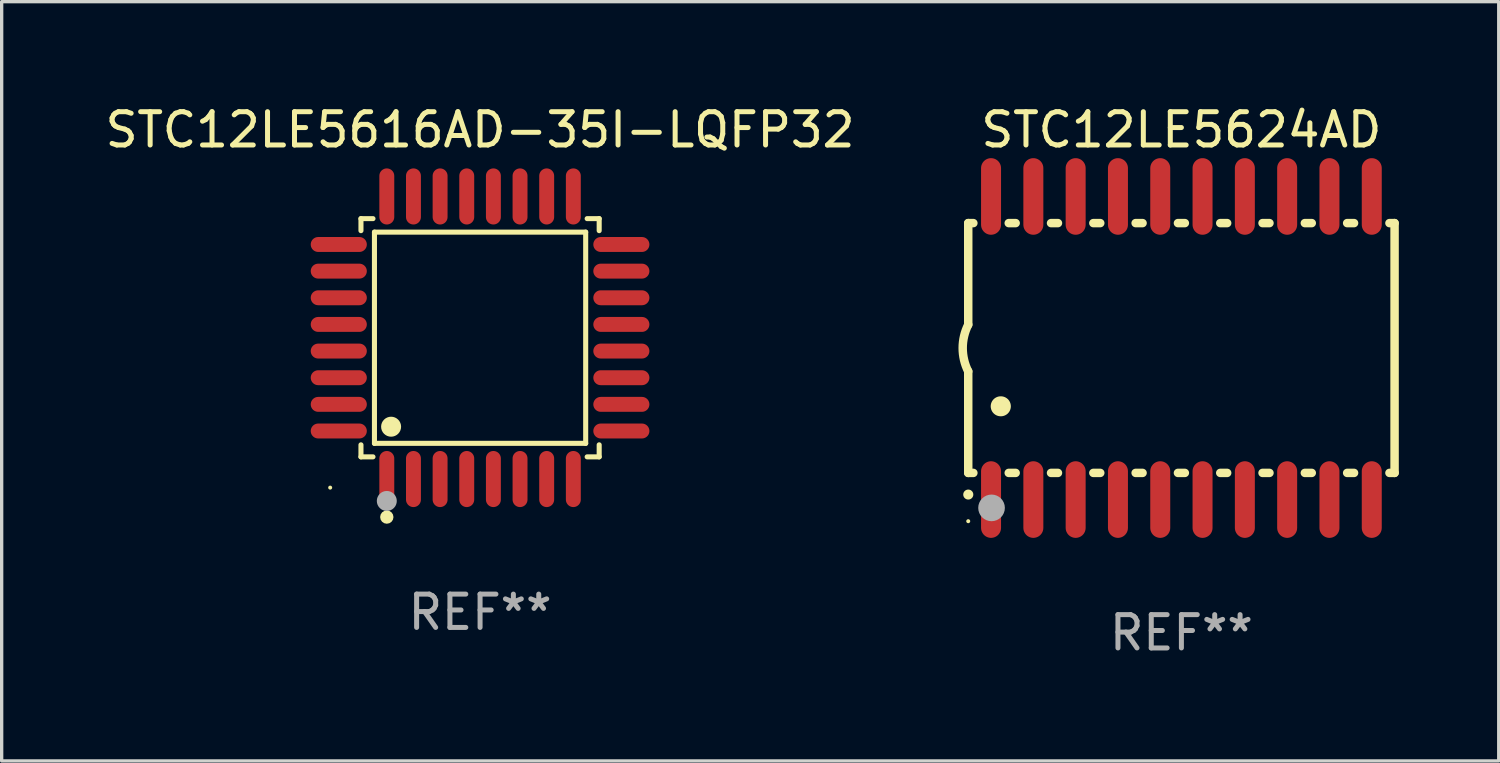
<source format=kicad_pcb>
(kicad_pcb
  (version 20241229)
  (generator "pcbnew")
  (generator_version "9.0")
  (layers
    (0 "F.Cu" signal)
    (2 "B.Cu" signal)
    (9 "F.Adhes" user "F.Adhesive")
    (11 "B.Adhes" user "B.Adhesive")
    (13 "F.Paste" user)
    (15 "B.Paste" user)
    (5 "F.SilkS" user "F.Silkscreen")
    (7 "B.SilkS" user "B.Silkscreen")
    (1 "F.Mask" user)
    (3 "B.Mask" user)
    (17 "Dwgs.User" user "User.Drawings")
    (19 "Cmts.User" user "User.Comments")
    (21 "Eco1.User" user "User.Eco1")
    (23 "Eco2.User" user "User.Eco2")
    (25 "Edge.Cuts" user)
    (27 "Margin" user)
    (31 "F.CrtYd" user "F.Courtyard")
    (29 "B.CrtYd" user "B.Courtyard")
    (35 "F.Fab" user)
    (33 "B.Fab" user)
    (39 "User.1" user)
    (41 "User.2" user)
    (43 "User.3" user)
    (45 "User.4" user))
  (footprint "STC12LE5616AD-35I-LQFP32"
    (layer "F.Cu")
    (at 11.363 7.09)
    (property "Reference" "STC12LE5616AD-35I-LQFP32" (at 0 -6.242 0) (layer "F.SilkS") (effects (font (size 1 1) (thickness 0.15))))
    (attr through_hole)
    (fp_line (start -3.576 -3.576) (end -3.215 -3.576) (stroke (width 0.152) (type solid)) (layer "F.SilkS"))
    (fp_line (start -3.576 -3.215) (end -3.576 -3.576) (stroke (width 0.152) (type solid)) (layer "F.SilkS"))
    (fp_line (start -3.576 3.215) (end -3.576 3.576) (stroke (width 0.152) (type solid)) (layer "F.SilkS"))
    (fp_line (start -3.576 3.576) (end -3.215 3.576) (stroke (width 0.152) (type solid)) (layer "F.SilkS"))
    (fp_line (start -3.171 -3.171) (end 3.171 -3.171) (stroke (width 0.152) (type solid)) (layer "F.SilkS"))
    (fp_line (start -3.171 3.171) (end -3.171 -3.171) (stroke (width 0.152) (type solid)) (layer "F.SilkS"))
    (fp_line (start 3.171 -3.171) (end 3.171 3.171) (stroke (width 0.152) (type solid)) (layer "F.SilkS"))
    (fp_line (start 3.171 3.171) (end -3.171 3.171) (stroke (width 0.152) (type solid)) (layer "F.SilkS"))
    (fp_line (start 3.576 -3.576) (end 3.215 -3.576) (stroke (width 0.152) (type solid)) (layer "F.SilkS"))
    (fp_line (start 3.576 -3.215) (end 3.576 -3.576) (stroke (width 0.152) (type solid)) (layer "F.SilkS"))
    (fp_line (start 3.576 3.215) (end 3.576 3.576) (stroke (width 0.152) (type solid)) (layer "F.SilkS"))
    (fp_line (start 3.576 3.576) (end 3.215 3.576) (stroke (width 0.152) (type solid)) (layer "F.SilkS"))
    (fp_circle (center -4.5 4.5) (end -4.47 4.5) (stroke (width 0.06) (type solid)) (fill no) (layer "F.SilkS"))
    (fp_circle (center -2.8 5.384) (end -2.7 5.384) (stroke (width 0.2) (type solid)) (fill no) (layer "F.SilkS"))
    (fp_circle (center -2.671 2.671) (end -2.521 2.671) (stroke (width 0.3) (type solid)) (fill no) (layer "F.SilkS"))
    (fp_circle (center -2.8 4.9) (end -2.65 4.9) (stroke (width 0.3) (type solid)) (fill no) (layer "F.Fab"))
    (fp_text user "REF**" (at 0 8.242 0) (layer "F.Fab") (effects (font (size 1 1) (thickness 0.15))))
    (pad "1" smd oval (at -2.8 4.242) (size 0.448 1.684) (layers "F.Cu" "F.Mask" "F.Paste"))
    (pad "2" smd oval (at -2 4.242) (size 0.448 1.684) (layers "F.Cu" "F.Mask" "F.Paste"))
    (pad "3" smd oval (at -1.2 4.242) (size 0.448 1.684) (layers "F.Cu" "F.Mask" "F.Paste"))
    (pad "4" smd oval (at -0.4 4.242) (size 0.448 1.684) (layers "F.Cu" "F.Mask" "F.Paste"))
    (pad "5" smd oval (at 0.4 4.242) (size 0.448 1.684) (layers "F.Cu" "F.Mask" "F.Paste"))
    (pad "6" smd oval (at 1.2 4.242) (size 0.448 1.684) (layers "F.Cu" "F.Mask" "F.Paste"))
    (pad "7" smd oval (at 2 4.242) (size 0.448 1.684) (layers "F.Cu" "F.Mask" "F.Paste"))
    (pad "8" smd oval (at 2.8 4.242) (size 0.448 1.684) (layers "F.Cu" "F.Mask" "F.Paste"))
    (pad "9" smd oval (at 4.242 2.8) (size 1.684 0.448) (layers "F.Cu" "F.Mask" "F.Paste"))
    (pad "10" smd oval (at 4.242 2) (size 1.684 0.448) (layers "F.Cu" "F.Mask" "F.Paste"))
    (pad "11" smd oval (at 4.242 1.2) (size 1.684 0.448) (layers "F.Cu" "F.Mask" "F.Paste"))
    (pad "12" smd oval (at 4.242 0.4) (size 1.684 0.448) (layers "F.Cu" "F.Mask" "F.Paste"))
    (pad "13" smd oval (at 4.242 -0.4) (size 1.684 0.448) (layers "F.Cu" "F.Mask" "F.Paste"))
    (pad "14" smd oval (at 4.242 -1.2) (size 1.684 0.448) (layers "F.Cu" "F.Mask" "F.Paste"))
    (pad "15" smd oval (at 4.242 -2) (size 1.684 0.448) (layers "F.Cu" "F.Mask" "F.Paste"))
    (pad "16" smd oval (at 4.242 -2.8) (size 1.684 0.448) (layers "F.Cu" "F.Mask" "F.Paste"))
    (pad "17" smd oval (at 2.8 -4.242) (size 0.448 1.684) (layers "F.Cu" "F.Mask" "F.Paste"))
    (pad "18" smd oval (at 2 -4.242) (size 0.448 1.684) (layers "F.Cu" "F.Mask" "F.Paste"))
    (pad "19" smd oval (at 1.2 -4.242) (size 0.448 1.684) (layers "F.Cu" "F.Mask" "F.Paste"))
    (pad "20" smd oval (at 0.4 -4.242) (size 0.448 1.684) (layers "F.Cu" "F.Mask" "F.Paste"))
    (pad "21" smd oval (at -0.4 -4.242) (size 0.448 1.684) (layers "F.Cu" "F.Mask" "F.Paste"))
    (pad "22" smd oval (at -1.2 -4.242) (size 0.448 1.684) (layers "F.Cu" "F.Mask" "F.Paste"))
    (pad "23" smd oval (at -2 -4.242) (size 0.448 1.684) (layers "F.Cu" "F.Mask" "F.Paste"))
    (pad "24" smd oval (at -2.8 -4.242) (size 0.448 1.684) (layers "F.Cu" "F.Mask" "F.Paste"))
    (pad "25" smd oval (at -4.242 -2.8) (size 1.684 0.448) (layers "F.Cu" "F.Mask" "F.Paste"))
    (pad "26" smd oval (at -4.242 -2) (size 1.684 0.448) (layers "F.Cu" "F.Mask" "F.Paste"))
    (pad "27" smd oval (at -4.242 -1.2) (size 1.684 0.448) (layers "F.Cu" "F.Mask" "F.Paste"))
    (pad "28" smd oval (at -4.242 -0.4) (size 1.684 0.448) (layers "F.Cu" "F.Mask" "F.Paste"))
    (pad "29" smd oval (at -4.242 0.4) (size 1.684 0.448) (layers "F.Cu" "F.Mask" "F.Paste"))
    (pad "30" smd oval (at -4.242 1.2) (size 1.684 0.448) (layers "F.Cu" "F.Mask" "F.Paste"))
    (pad "31" smd oval (at -4.242 2) (size 1.684 0.448) (layers "F.Cu" "F.Mask" "F.Paste"))
    (pad "32" smd oval (at -4.242 2.8) (size 1.684 0.448) (layers "F.Cu" "F.Mask" "F.Paste")))
  (footprint "STC12LE5624AD"
    (layer "F.Cu")
    (at 32.419 7.398)
    (property "Reference" "STC12LE5624AD" (at 0 -6.55 0) (layer "F.SilkS") (effects (font (size 1 1) (thickness 0.15))))
    (attr through_hole)
    (fp_line (start -6.4 -3.75) (end -6.4 -0.7) (stroke (width 0.254) (type solid)) (layer "F.SilkS"))
    (fp_line (start -6.4 -3.75) (end -6.246 -3.75) (stroke (width 0.254) (type solid)) (layer "F.SilkS"))
    (fp_line (start -6.4 3.75) (end -6.4 0.7) (stroke (width 0.254) (type solid)) (layer "F.SilkS"))
    (fp_line (start -6.246 3.75) (end -6.4 3.75) (stroke (width 0.254) (type solid)) (layer "F.SilkS"))
    (fp_line (start -5.184 -3.75) (end -4.976 -3.75) (stroke (width 0.254) (type solid)) (layer "F.SilkS"))
    (fp_line (start -4.976 3.75) (end -5.184 3.75) (stroke (width 0.254) (type solid)) (layer "F.SilkS"))
    (fp_line (start -3.914 -3.75) (end -3.706 -3.75) (stroke (width 0.254) (type solid)) (layer "F.SilkS"))
    (fp_line (start -3.706 3.75) (end -3.914 3.75) (stroke (width 0.254) (type solid)) (layer "F.SilkS"))
    (fp_line (start -2.644 -3.75) (end -2.436 -3.75) (stroke (width 0.254) (type solid)) (layer "F.SilkS"))
    (fp_line (start -2.436 3.75) (end -2.644 3.75) (stroke (width 0.254) (type solid)) (layer "F.SilkS"))
    (fp_line (start -1.374 -3.75) (end -1.166 -3.75) (stroke (width 0.254) (type solid)) (layer "F.SilkS"))
    (fp_line (start -1.166 3.75) (end -1.374 3.75) (stroke (width 0.254) (type solid)) (layer "F.SilkS"))
    (fp_line (start -0.104 -3.75) (end 0.104 -3.75) (stroke (width 0.254) (type solid)) (layer "F.SilkS"))
    (fp_line (start 0.104 3.75) (end -0.104 3.75) (stroke (width 0.254) (type solid)) (layer "F.SilkS"))
    (fp_line (start 1.166 -3.75) (end 1.374 -3.75) (stroke (width 0.254) (type solid)) (layer "F.SilkS"))
    (fp_line (start 1.374 3.75) (end 1.166 3.75) (stroke (width 0.254) (type solid)) (layer "F.SilkS"))
    (fp_line (start 2.436 -3.75) (end 2.644 -3.75) (stroke (width 0.254) (type solid)) (layer "F.SilkS"))
    (fp_line (start 2.644 3.75) (end 2.436 3.75) (stroke (width 0.254) (type solid)) (layer "F.SilkS"))
    (fp_line (start 3.706 -3.75) (end 3.914 -3.75) (stroke (width 0.254) (type solid)) (layer "F.SilkS"))
    (fp_line (start 3.914 3.75) (end 3.706 3.75) (stroke (width 0.254) (type solid)) (layer "F.SilkS"))
    (fp_line (start 4.976 -3.75) (end 5.184 -3.75) (stroke (width 0.254) (type solid)) (layer "F.SilkS"))
    (fp_line (start 5.184 3.75) (end 4.976 3.75) (stroke (width 0.254) (type solid)) (layer "F.SilkS"))
    (fp_line (start 6.246 -3.75) (end 6.4 -3.75) (stroke (width 0.254) (type solid)) (layer "F.SilkS"))
    (fp_line (start 6.4 -3.75) (end 6.4 3.75) (stroke (width 0.254) (type solid)) (layer "F.SilkS"))
    (fp_line (start 6.4 3.75) (end 6.246 3.75) (stroke (width 0.254) (type solid)) (layer "F.SilkS"))
    (fp_arc (start -6.400812 0.701041) (mid -6.565912 0.000428) (end -6.400025 -0.7) (stroke (width 0.254001) (type solid)) (layer "F.SilkS"))
    (fp_arc (start -6.400025 4.4) (mid -6.398755 4.399995) (end -6.397485 4.4) (stroke (width 0.3) (type solid)) (layer "F.SilkS"))
    (fp_arc (start -5.425451 1.750064) (mid -5.422911 1.750053) (end -5.420371 1.750064) (stroke (width 0.6) (type solid)) (layer "F.SilkS"))
    (fp_circle (center -6.4 5.2) (end -6.37 5.2) (stroke (width 0.06) (type solid)) (fill no) (layer "F.SilkS"))
    (fp_circle (center -5.7 4.8) (end -5.5 4.8) (stroke (width 0.4) (type solid)) (fill no) (layer "F.Fab"))
    (fp_text user "REF**" (at 0 8.55 0) (layer "F.Fab") (effects (font (size 1 1) (thickness 0.15))))
    (pad "1" smd oval (at -5.715 4.55 180) (size 0.6 2.3) (layers "F.Cu" "F.Mask" "F.Paste"))
    (pad "2" smd oval (at -4.445 4.55 180) (size 0.6 2.3) (layers "F.Cu" "F.Mask" "F.Paste"))
    (pad "3" smd oval (at -3.175 4.55 180) (size 0.6 2.3) (layers "F.Cu" "F.Mask" "F.Paste"))
    (pad "4" smd oval (at -1.905 4.55 180) (size 0.6 2.3) (layers "F.Cu" "F.Mask" "F.Paste"))
    (pad "5" smd oval (at -0.635 4.55 180) (size 0.6 2.3) (layers "F.Cu" "F.Mask" "F.Paste"))
    (pad "6" smd oval (at 0.635 4.55 180) (size 0.6 2.3) (layers "F.Cu" "F.Mask" "F.Paste"))
    (pad "7" smd oval (at 1.905 4.55 180) (size 0.6 2.3) (layers "F.Cu" "F.Mask" "F.Paste"))
    (pad "8" smd oval (at 3.175 4.55 180) (size 0.6 2.3) (layers "F.Cu" "F.Mask" "F.Paste"))
    (pad "9" smd oval (at 4.445 4.55 180) (size 0.6 2.3) (layers "F.Cu" "F.Mask" "F.Paste"))
    (pad "10" smd oval (at 5.715 4.55 180) (size 0.6 2.3) (layers "F.Cu" "F.Mask" "F.Paste"))
    (pad "11" smd oval (at 5.715 -4.55 180) (size 0.6 2.3) (layers "F.Cu" "F.Mask" "F.Paste"))
    (pad "12" smd oval (at 4.445 -4.55 180) (size 0.6 2.3) (layers "F.Cu" "F.Mask" "F.Paste"))
    (pad "13" smd oval (at 3.175 -4.55 180) (size 0.6 2.3) (layers "F.Cu" "F.Mask" "F.Paste"))
    (pad "14" smd oval (at 1.905 -4.55 180) (size 0.6 2.3) (layers "F.Cu" "F.Mask" "F.Paste"))
    (pad "15" smd oval (at 0.635 -4.55 180) (size 0.6 2.3) (layers "F.Cu" "F.Mask" "F.Paste"))
    (pad "16" smd oval (at -0.635 -4.55 180) (size 0.6 2.3) (layers "F.Cu" "F.Mask" "F.Paste"))
    (pad "17" smd oval (at -1.905 -4.55 180) (size 0.6 2.3) (layers "F.Cu" "F.Mask" "F.Paste"))
    (pad "18" smd oval (at -3.175 -4.55 180) (size 0.6 2.3) (layers "F.Cu" "F.Mask" "F.Paste"))
    (pad "19" smd oval (at -4.445 -4.55 180) (size 0.6 2.3) (layers "F.Cu" "F.Mask" "F.Paste"))
    (pad "20" smd oval (at -5.715 -4.55 180) (size 0.6 2.3) (layers "F.Cu" "F.Mask" "F.Paste")))
  (gr_rect
    (start -3 -3)
    (end 41.946 19.796)
    (stroke (width 0.1) (type default))
    (fill no)
    (layer "Edge.Cuts")))
</source>
